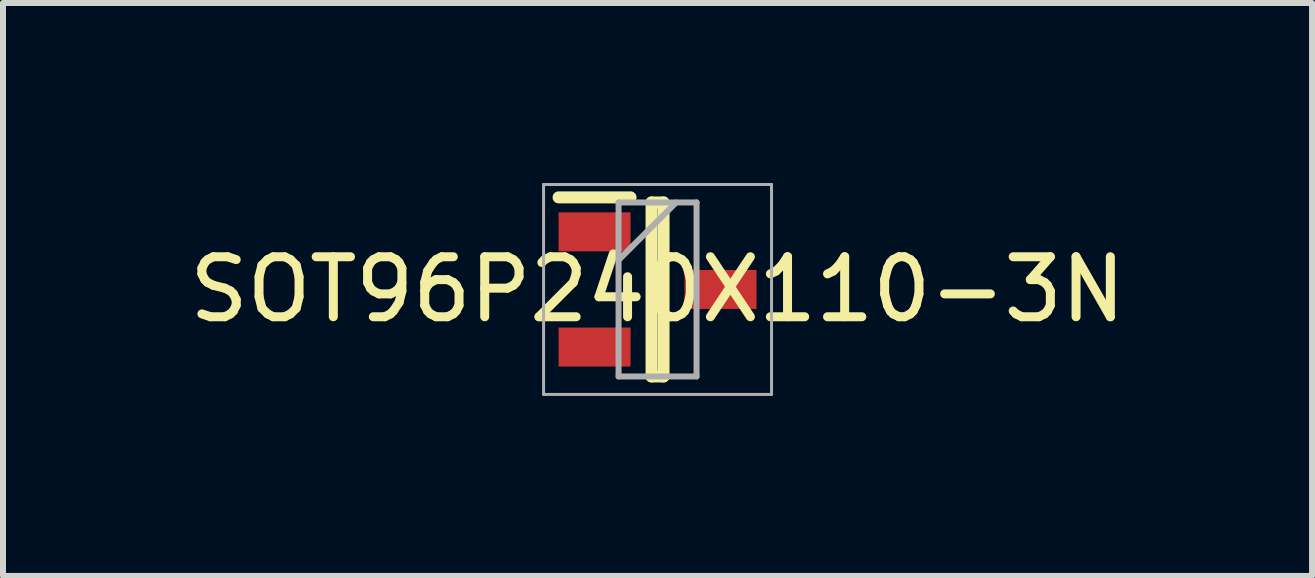
<source format=kicad_pcb>
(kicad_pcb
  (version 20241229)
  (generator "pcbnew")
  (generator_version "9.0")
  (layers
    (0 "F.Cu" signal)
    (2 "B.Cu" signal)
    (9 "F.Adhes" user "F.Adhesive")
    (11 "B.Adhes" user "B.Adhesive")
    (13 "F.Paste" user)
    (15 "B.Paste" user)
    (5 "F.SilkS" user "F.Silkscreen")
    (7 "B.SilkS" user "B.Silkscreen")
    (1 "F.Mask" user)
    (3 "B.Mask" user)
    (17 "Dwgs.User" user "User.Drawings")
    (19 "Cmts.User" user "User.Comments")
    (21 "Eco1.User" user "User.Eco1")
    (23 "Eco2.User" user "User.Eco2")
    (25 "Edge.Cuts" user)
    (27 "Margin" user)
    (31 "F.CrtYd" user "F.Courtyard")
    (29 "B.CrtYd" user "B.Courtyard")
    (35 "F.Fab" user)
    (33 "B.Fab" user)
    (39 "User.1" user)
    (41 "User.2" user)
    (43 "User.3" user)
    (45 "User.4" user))
  (footprint "SOT96P240X110-3N"
    (layer "F.Cu")
    (at 7.911 1.775)
    (property "Reference" "SOT96P240X110-3N" (at 0 0 0) (layer "F.SilkS") (effects (font (size 1 1) (thickness 0.15))))
    (attr smd)
    (fp_line (start -1.65 -1.535) (end -0.45 -1.535) (stroke (width 0.2) (type solid)) (layer "F.SilkS"))
    (fp_line (start -0.1 -1.45) (end 0.1 -1.45) (stroke (width 0.2) (type solid)) (layer "F.SilkS"))
    (fp_line (start -0.1 1.45) (end -0.1 -1.45) (stroke (width 0.2) (type solid)) (layer "F.SilkS"))
    (fp_line (start 0.1 -1.45) (end 0.1 1.45) (stroke (width 0.2) (type solid)) (layer "F.SilkS"))
    (fp_line (start 0.1 1.45) (end -0.1 1.45) (stroke (width 0.2) (type solid)) (layer "F.SilkS"))
    (fp_line (start -1.9 -1.75) (end 1.9 -1.75) (stroke (width 0.05) (type solid)) (layer "F.Fab"))
    (fp_line (start -1.9 1.75) (end -1.9 -1.75) (stroke (width 0.05) (type solid)) (layer "F.Fab"))
    (fp_line (start -0.65 -1.45) (end 0.65 -1.45) (stroke (width 0.1) (type solid)) (layer "F.Fab"))
    (fp_line (start -0.65 -0.49) (end 0.31 -1.45) (stroke (width 0.1) (type solid)) (layer "F.Fab"))
    (fp_line (start -0.65 1.45) (end -0.65 -1.45) (stroke (width 0.1) (type solid)) (layer "F.Fab"))
    (fp_line (start 0.65 -1.45) (end 0.65 1.45) (stroke (width 0.1) (type solid)) (layer "F.Fab"))
    (fp_line (start 0.65 1.45) (end -0.65 1.45) (stroke (width 0.1) (type solid)) (layer "F.Fab"))
    (fp_line (start 1.9 -1.75) (end 1.9 1.75) (stroke (width 0.05) (type solid)) (layer "F.Fab"))
    (fp_line (start 1.9 1.75) (end -1.9 1.75) (stroke (width 0.05) (type solid)) (layer "F.Fab"))
    (pad "1" smd rect (at -1.05 -0.96) (size 1.2 0.65) (layers "F.Cu" "F.Mask" "F.Paste"))
    (pad "2" smd rect (at -1.05 0.96) (size 1.2 0.65) (layers "F.Cu" "F.Mask" "F.Paste"))
    (pad "3" smd rect (at 1.05 0) (size 1.2 0.65) (layers "F.Cu" "F.Mask" "F.Paste")))
  (gr_rect
    (start -3 -3)
    (end 18.821 6.55)
    (stroke (width 0.1) (type default))
    (fill no)
    (layer "Edge.Cuts")))
</source>
